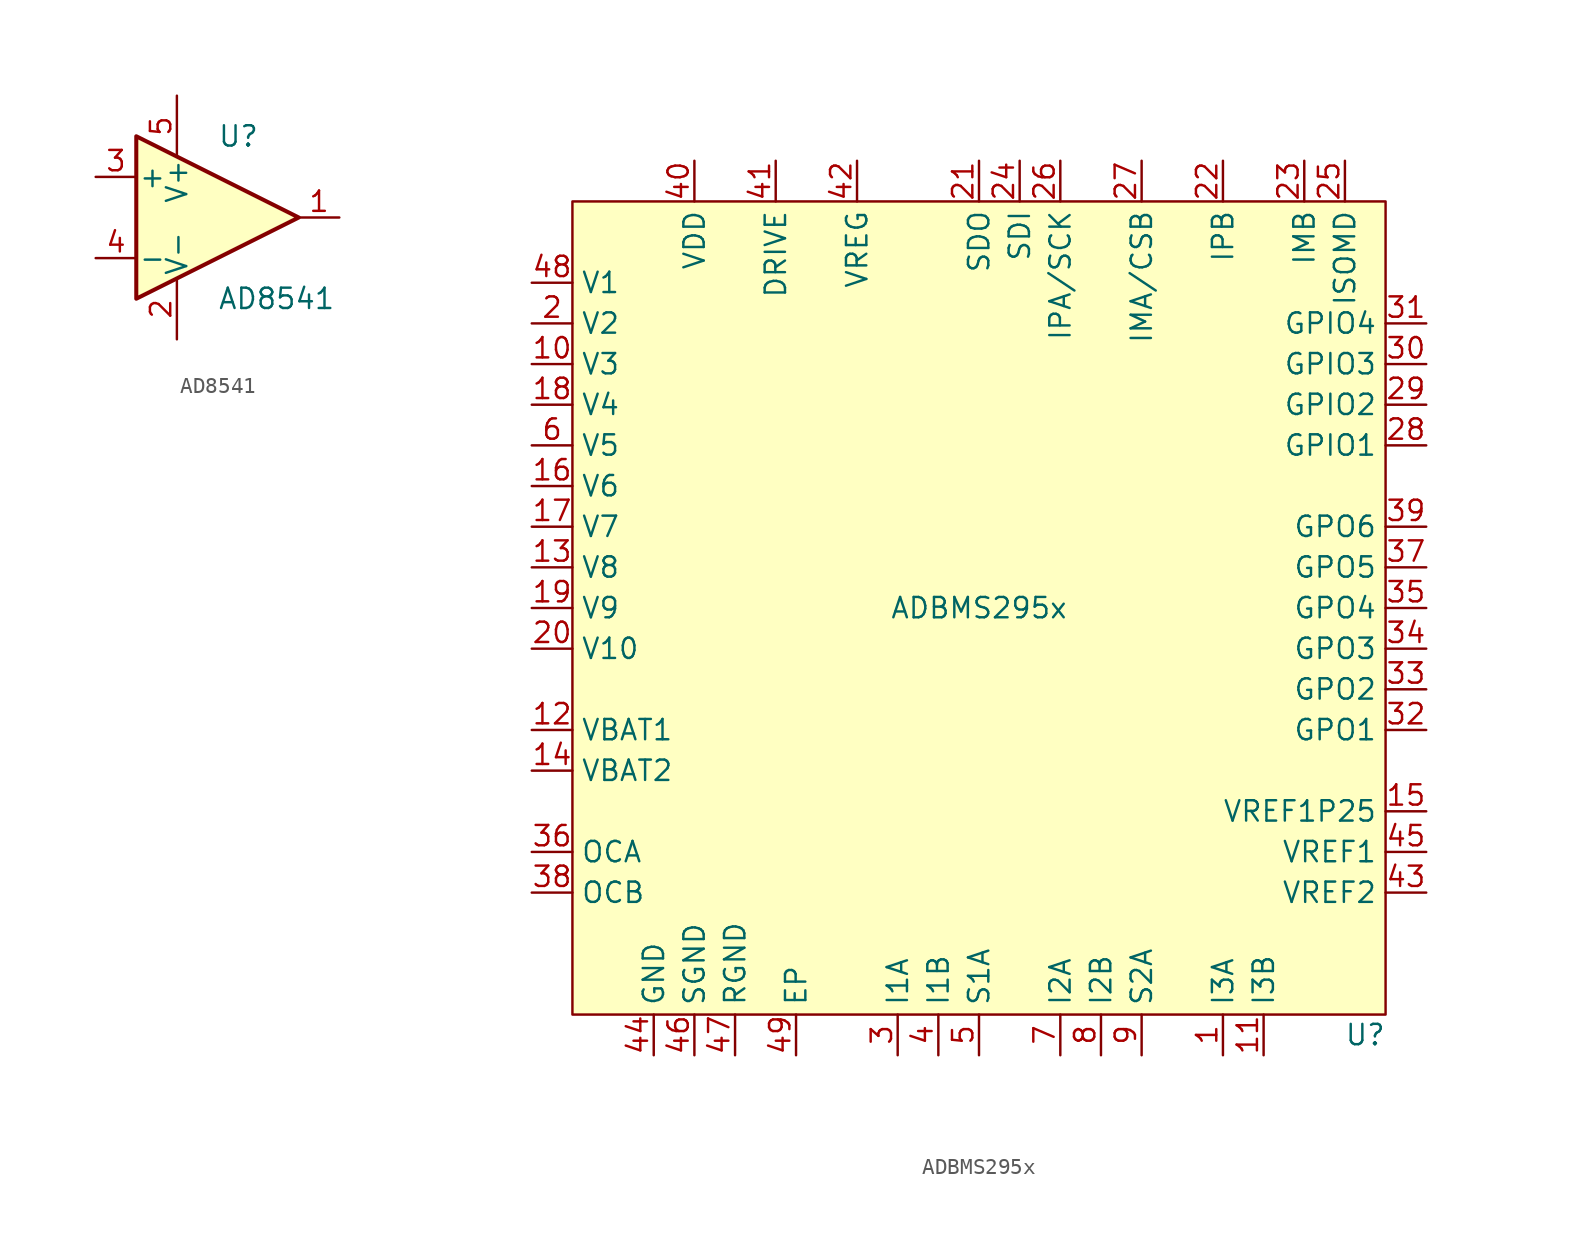
<source format=kicad_sym>
(kicad_symbol_lib
  (version 20241209)
  (generator "kicad_symbol_editor")
  (generator_version "9.0")
  (symbol "AD8541"
    (pin_names
      (offset 0.127))
    (property "Reference" "U"
      (at 0 5.08 0)
      (effects (font (size 1.27 1.27)) (justify left)))
    (property "Value" "AD8541"
      (at 0 -5.08 0)
      (effects (font (size 1.27 1.27)) (justify left)))
    (symbol "AD8541_0_1"
      (polyline (pts (xy -5.08 5.08) (xy 5.08 0) (xy -5.08 -5.08) (xy -5.08 5.08)) (stroke (width 0.254) (type default)) (fill (type background)))
      (pin power_in line (at -2.54 7.62 270) (length 3.81) (name "V+" (effects (font (size 1.27 1.27)))) (number "5" (effects (font (size 1.27 1.27)))))
      (pin power_in line (at -2.54 -7.62 90) (length 3.81) (name "V-" (effects (font (size 1.27 1.27)))) (number "2" (effects (font (size 1.27 1.27))))))
    (symbol "AD8541_1_1"
      (pin input line (at -7.62 2.54 0) (length 2.54) (name "+" (effects (font (size 1.27 1.27)))) (number "3" (effects (font (size 1.27 1.27)))))
      (pin input line (at -7.62 -2.54 0) (length 2.54) (name "-" (effects (font (size 1.27 1.27)))) (number "4" (effects (font (size 1.27 1.27)))))
      (pin output line (at 7.62 0 180) (length 2.54) (name "~" (effects (font (size 1.27 1.27)))) (number "1" (effects (font (size 1.27 1.27)))))))
  (symbol "ADBMS295x"
    (property "Reference" "U"
      (at 24.13 -26.67 0)
      (effects (font (size 1.27 1.27))))
    (property "Value" "ADBMS295x"
      (at 0 0 0)
      (effects (font (size 1.27 1.27))))
    (symbol "ADBMS295x_1_1"
      (rectangle (start -25.4 25.4) (end 25.4 -25.4) (stroke (width 0) (type default)) (fill (type background)))
      (pin input line (at -27.94 20.32 0) (length 2.54) (name "V1" (effects (font (size 1.27 1.27)))) (number "48" (effects (font (size 1.27 1.27)))))
      (pin input line (at -27.94 17.78 0) (length 2.54) (name "V2" (effects (font (size 1.27 1.27)))) (number "2" (effects (font (size 1.27 1.27)))))
      (pin input line (at -27.94 15.24 0) (length 2.54) (name "V3" (effects (font (size 1.27 1.27)))) (number "10" (effects (font (size 1.27 1.27)))))
      (pin input line (at -27.94 12.7 0) (length 2.54) (name "V4" (effects (font (size 1.27 1.27)))) (number "18" (effects (font (size 1.27 1.27)))))
      (pin input line (at -27.94 10.16 0) (length 2.54) (name "V5" (effects (font (size 1.27 1.27)))) (number "6" (effects (font (size 1.27 1.27)))))
      (pin input line (at -27.94 7.62 0) (length 2.54) (name "V6" (effects (font (size 1.27 1.27)))) (number "16" (effects (font (size 1.27 1.27)))))
      (pin input line (at -27.94 5.08 0) (length 2.54) (name "V7" (effects (font (size 1.27 1.27)))) (number "17" (effects (font (size 1.27 1.27)))))
      (pin input line (at -27.94 2.54 0) (length 2.54) (name "V8" (effects (font (size 1.27 1.27)))) (number "13" (effects (font (size 1.27 1.27)))))
      (pin input line (at -27.94 0 0) (length 2.54) (name "V9" (effects (font (size 1.27 1.27)))) (number "19" (effects (font (size 1.27 1.27)))))
      (pin input line (at -27.94 -2.54 0) (length 2.54) (name "V10" (effects (font (size 1.27 1.27)))) (number "20" (effects (font (size 1.27 1.27)))))
      (pin input line (at -27.94 -7.62 0) (length 2.54) (name "VBAT1" (effects (font (size 1.27 1.27)))) (number "12" (effects (font (size 1.27 1.27)))))
      (pin input line (at -27.94 -10.16 0) (length 2.54) (name "VBAT2" (effects (font (size 1.27 1.27)))) (number "14" (effects (font (size 1.27 1.27)))))
      (pin output line (at -27.94 -15.24 0) (length 2.54) (name "OCA" (effects (font (size 1.27 1.27)))) (number "36" (effects (font (size 1.27 1.27)))))
      (pin output line (at -27.94 -17.78 0) (length 2.54) (name "OCB" (effects (font (size 1.27 1.27)))) (number "38" (effects (font (size 1.27 1.27)))))
      (pin bidirectional line (at -20.32 -27.94 90) (length 2.54) (name "GND" (effects (font (size 1.27 1.27)))) (number "44" (effects (font (size 1.27 1.27)))))
      (pin power_in line (at -17.78 27.94 270) (length 2.54) (name "VDD" (effects (font (size 1.27 1.27)))) (number "40" (effects (font (size 1.27 1.27)))))
      (pin bidirectional line (at -17.78 -27.94 90) (length 2.54) (name "SGND" (effects (font (size 1.27 1.27)))) (number "46" (effects (font (size 1.27 1.27)))))
      (pin bidirectional line (at -15.24 -27.94 90) (length 2.54) (name "RGND" (effects (font (size 1.27 1.27)))) (number "47" (effects (font (size 1.27 1.27)))))
      (pin output line (at -12.7 27.94 270) (length 2.54) (name "DRIVE" (effects (font (size 1.27 1.27)))) (number "41" (effects (font (size 1.27 1.27)))))
      (pin passive line (at -11.43 -27.94 90) (length 2.54) (name "EP" (effects (font (size 1.27 1.27)))) (number "49" (effects (font (size 1.27 1.27)))))
      (pin power_in line (at -7.62 27.94 270) (length 2.54) (name "VREG" (effects (font (size 1.27 1.27)))) (number "42" (effects (font (size 1.27 1.27)))))
      (pin input line (at -5.08 -27.94 90) (length 2.54) (name "I1A" (effects (font (size 1.27 1.27)))) (number "3" (effects (font (size 1.27 1.27)))))
      (pin input line (at -2.54 -27.94 90) (length 2.54) (name "I1B" (effects (font (size 1.27 1.27)))) (number "4" (effects (font (size 1.27 1.27)))))
      (pin output line (at 0 27.94 270) (length 2.54) (name "SDO" (effects (font (size 1.27 1.27)))) (number "21" (effects (font (size 1.27 1.27)))))
      (pin bidirectional line (at 0 -27.94 90) (length 2.54) (name "S1A" (effects (font (size 1.27 1.27)))) (number "5" (effects (font (size 1.27 1.27)))))
      (pin input line (at 2.54 27.94 270) (length 2.54) (name "SDI" (effects (font (size 1.27 1.27)))) (number "24" (effects (font (size 1.27 1.27)))))
      (pin bidirectional line (at 5.08 27.94 270) (length 2.54) (name "IPA/SCK" (effects (font (size 1.27 1.27)))) (number "26" (effects (font (size 1.27 1.27)))))
      (pin input line (at 5.08 -27.94 90) (length 2.54) (name "I2A" (effects (font (size 1.27 1.27)))) (number "7" (effects (font (size 1.27 1.27)))))
      (pin input line (at 7.62 -27.94 90) (length 2.54) (name "I2B" (effects (font (size 1.27 1.27)))) (number "8" (effects (font (size 1.27 1.27)))))
      (pin bidirectional line (at 10.16 27.94 270) (length 2.54) (name "IMA/CSB" (effects (font (size 1.27 1.27)))) (number "27" (effects (font (size 1.27 1.27)))))
      (pin bidirectional line (at 10.16 -27.94 90) (length 2.54) (name "S2A" (effects (font (size 1.27 1.27)))) (number "9" (effects (font (size 1.27 1.27)))))
      (pin bidirectional line (at 15.24 27.94 270) (length 2.54) (name "IPB" (effects (font (size 1.27 1.27)))) (number "22" (effects (font (size 1.27 1.27)))))
      (pin input line (at 15.24 -27.94 90) (length 2.54) (name "I3A" (effects (font (size 1.27 1.27)))) (number "1" (effects (font (size 1.27 1.27)))))
      (pin input line (at 17.78 -27.94 90) (length 2.54) (name "I3B" (effects (font (size 1.27 1.27)))) (number "11" (effects (font (size 1.27 1.27)))))
      (pin bidirectional line (at 20.32 27.94 270) (length 2.54) (name "IMB" (effects (font (size 1.27 1.27)))) (number "23" (effects (font (size 1.27 1.27)))))
      (pin input line (at 22.86 27.94 270) (length 2.54) (name "ISOMD" (effects (font (size 1.27 1.27)))) (number "25" (effects (font (size 1.27 1.27)))))
      (pin bidirectional line (at 27.94 17.78 180) (length 2.54) (name "GPIO4" (effects (font (size 1.27 1.27)))) (number "31" (effects (font (size 1.27 1.27)))))
      (pin bidirectional line (at 27.94 15.24 180) (length 2.54) (name "GPIO3" (effects (font (size 1.27 1.27)))) (number "30" (effects (font (size 1.27 1.27)))))
      (pin bidirectional line (at 27.94 12.7 180) (length 2.54) (name "GPIO2" (effects (font (size 1.27 1.27)))) (number "29" (effects (font (size 1.27 1.27)))))
      (pin bidirectional line (at 27.94 10.16 180) (length 2.54) (name "GPIO1" (effects (font (size 1.27 1.27)))) (number "28" (effects (font (size 1.27 1.27)))))
      (pin output line (at 27.94 5.08 180) (length 2.54) (name "GPO6" (effects (font (size 1.27 1.27)))) (number "39" (effects (font (size 1.27 1.27)))))
      (pin output line (at 27.94 2.54 180) (length 2.54) (name "GPO5" (effects (font (size 1.27 1.27)))) (number "37" (effects (font (size 1.27 1.27)))))
      (pin output line (at 27.94 0 180) (length 2.54) (name "GPO4" (effects (font (size 1.27 1.27)))) (number "35" (effects (font (size 1.27 1.27)))))
      (pin output line (at 27.94 -2.54 180) (length 2.54) (name "GPO3" (effects (font (size 1.27 1.27)))) (number "34" (effects (font (size 1.27 1.27)))))
      (pin output line (at 27.94 -5.08 180) (length 2.54) (name "GPO2" (effects (font (size 1.27 1.27)))) (number "33" (effects (font (size 1.27 1.27)))))
      (pin output line (at 27.94 -7.62 180) (length 2.54) (name "GPO1" (effects (font (size 1.27 1.27)))) (number "32" (effects (font (size 1.27 1.27)))))
      (pin bidirectional line (at 27.94 -12.7 180) (length 2.54) (name "VREF1P25" (effects (font (size 1.27 1.27)))) (number "15" (effects (font (size 1.27 1.27)))))
      (pin passive line (at 27.94 -15.24 180) (length 2.54) (name "VREF1" (effects (font (size 1.27 1.27)))) (number "45" (effects (font (size 1.27 1.27)))))
      (pin passive line (at 27.94 -17.78 180) (length 2.54) (name "VREF2" (effects (font (size 1.27 1.27)))) (number "43" (effects (font (size 1.27 1.27))))))))
</source>
